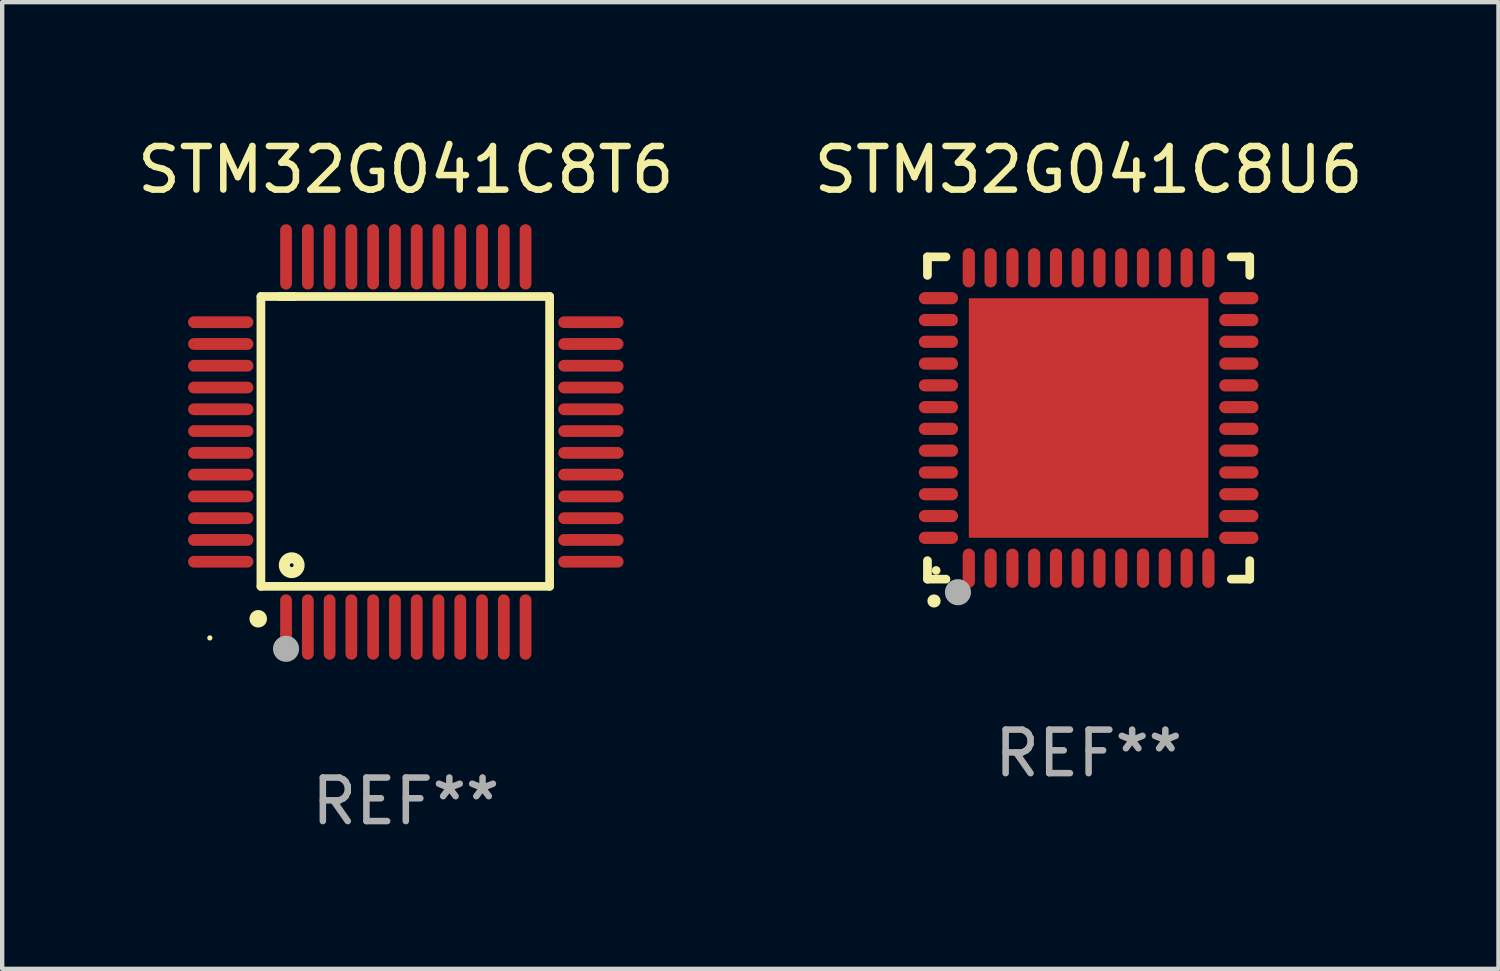
<source format=kicad_pcb>
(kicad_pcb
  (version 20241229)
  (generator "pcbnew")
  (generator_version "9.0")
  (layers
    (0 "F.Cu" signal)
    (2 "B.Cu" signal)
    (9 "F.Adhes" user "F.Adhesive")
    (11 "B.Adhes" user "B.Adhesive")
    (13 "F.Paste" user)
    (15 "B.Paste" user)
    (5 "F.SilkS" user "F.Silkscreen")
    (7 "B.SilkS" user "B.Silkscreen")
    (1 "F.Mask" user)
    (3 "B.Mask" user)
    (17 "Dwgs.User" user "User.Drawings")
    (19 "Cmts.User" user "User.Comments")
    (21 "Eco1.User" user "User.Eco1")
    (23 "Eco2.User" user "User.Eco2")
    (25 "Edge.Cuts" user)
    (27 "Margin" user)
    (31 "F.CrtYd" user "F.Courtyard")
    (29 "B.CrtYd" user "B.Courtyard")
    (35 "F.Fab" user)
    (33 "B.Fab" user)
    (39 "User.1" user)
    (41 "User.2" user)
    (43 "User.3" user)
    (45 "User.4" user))
  (footprint "STM32G041C8U6"
    (layer "F.Cu")
    (at 21.946 6.548)
    (property "Reference" "STM32G041C8U6" (at 0 -5.7 0) (layer "F.SilkS") (effects (font (size 1 1) (thickness 0.15))))
    (attr through_hole)
    (fp_line (start -3.7 -3.7) (end -3.275 -3.7) (stroke (width 0.2) (type solid)) (layer "F.SilkS"))
    (fp_line (start -3.7 -3.275) (end -3.7 -3.7) (stroke (width 0.2) (type solid)) (layer "F.SilkS"))
    (fp_line (start -3.7 3.7) (end -3.7 3.275) (stroke (width 0.2) (type solid)) (layer "F.SilkS"))
    (fp_line (start -3.275 3.7) (end -3.7 3.7) (stroke (width 0.2) (type solid)) (layer "F.SilkS"))
    (fp_line (start 3.7 -3.7) (end 3.275 -3.7) (stroke (width 0.2) (type solid)) (layer "F.SilkS"))
    (fp_line (start 3.7 -3.275) (end 3.7 -3.7) (stroke (width 0.2) (type solid)) (layer "F.SilkS"))
    (fp_line (start 3.7 3.275) (end 3.7 3.7) (stroke (width 0.2) (type solid)) (layer "F.SilkS"))
    (fp_line (start 3.7 3.7) (end 3.275 3.7) (stroke (width 0.2) (type solid)) (layer "F.SilkS"))
    (fp_arc (start -3.550927 4.201168) (mid -3.549657 4.201163) (end -3.548387 4.201168) (stroke (width 0.3) (type solid)) (layer "F.SilkS"))
    (fp_circle (center -3.5 3.5) (end -3.45 3.5) (stroke (width 0.1) (type solid)) (fill no) (layer "F.SilkS"))
    (fp_circle (center -3 4) (end -2.85 4) (stroke (width 0.3) (type solid)) (fill no) (layer "F.Fab"))
    (fp_text user "REF**" (at 0 7.7 0) (layer "F.Fab") (effects (font (size 1 1) (thickness 0.15))))
    (pad "1" smd oval (at -2.751 3.449) (size 0.28 0.9) (layers "F.Cu" "F.Mask" "F.Paste"))
    (pad "2" smd oval (at -2.25 3.449) (size 0.28 0.9) (layers "F.Cu" "F.Mask" "F.Paste"))
    (pad "3" smd oval (at -1.75 3.449) (size 0.28 0.9) (layers "F.Cu" "F.Mask" "F.Paste"))
    (pad "4" smd oval (at -1.25 3.449) (size 0.28 0.9) (layers "F.Cu" "F.Mask" "F.Paste"))
    (pad "5" smd oval (at -0.749 3.449) (size 0.28 0.9) (layers "F.Cu" "F.Mask" "F.Paste"))
    (pad "6" smd oval (at -0.249 3.449) (size 0.28 0.9) (layers "F.Cu" "F.Mask" "F.Paste"))
    (pad "7" smd oval (at 0.249 3.449) (size 0.28 0.9) (layers "F.Cu" "F.Mask" "F.Paste"))
    (pad "8" smd oval (at 0.749 3.449) (size 0.28 0.9) (layers "F.Cu" "F.Mask" "F.Paste"))
    (pad "9" smd oval (at 1.25 3.449) (size 0.28 0.9) (layers "F.Cu" "F.Mask" "F.Paste"))
    (pad "10" smd oval (at 1.75 3.449) (size 0.28 0.9) (layers "F.Cu" "F.Mask" "F.Paste"))
    (pad "11" smd oval (at 2.251 3.449) (size 0.28 0.9) (layers "F.Cu" "F.Mask" "F.Paste"))
    (pad "12" smd oval (at 2.751 3.449) (size 0.28 0.9) (layers "F.Cu" "F.Mask" "F.Paste"))
    (pad "13" smd oval (at 3.449 2.751) (size 0.9 0.28) (layers "F.Cu" "F.Mask" "F.Paste"))
    (pad "14" smd oval (at 3.449 2.251) (size 0.9 0.28) (layers "F.Cu" "F.Mask" "F.Paste"))
    (pad "15" smd oval (at 3.449 1.75) (size 0.9 0.28) (layers "F.Cu" "F.Mask" "F.Paste"))
    (pad "16" smd oval (at 3.449 1.25) (size 0.9 0.28) (layers "F.Cu" "F.Mask" "F.Paste"))
    (pad "17" smd oval (at 3.449 0.749) (size 0.9 0.28) (layers "F.Cu" "F.Mask" "F.Paste"))
    (pad "18" smd oval (at 3.449 0.249) (size 0.9 0.28) (layers "F.Cu" "F.Mask" "F.Paste"))
    (pad "19" smd oval (at 3.449 -0.249) (size 0.9 0.28) (layers "F.Cu" "F.Mask" "F.Paste"))
    (pad "20" smd oval (at 3.449 -0.749) (size 0.9 0.28) (layers "F.Cu" "F.Mask" "F.Paste"))
    (pad "21" smd oval (at 3.449 -1.25) (size 0.9 0.28) (layers "F.Cu" "F.Mask" "F.Paste"))
    (pad "22" smd oval (at 3.449 -1.75) (size 0.9 0.28) (layers "F.Cu" "F.Mask" "F.Paste"))
    (pad "23" smd oval (at 3.449 -2.25) (size 0.9 0.28) (layers "F.Cu" "F.Mask" "F.Paste"))
    (pad "24" smd oval (at 3.449 -2.751) (size 0.9 0.28) (layers "F.Cu" "F.Mask" "F.Paste"))
    (pad "25" smd oval (at 2.751 -3.449) (size 0.28 0.9) (layers "F.Cu" "F.Mask" "F.Paste"))
    (pad "26" smd oval (at 2.251 -3.449) (size 0.28 0.9) (layers "F.Cu" "F.Mask" "F.Paste"))
    (pad "27" smd oval (at 1.75 -3.449) (size 0.28 0.9) (layers "F.Cu" "F.Mask" "F.Paste"))
    (pad "28" smd oval (at 1.25 -3.449) (size 0.28 0.9) (layers "F.Cu" "F.Mask" "F.Paste"))
    (pad "29" smd oval (at 0.749 -3.449) (size 0.28 0.9) (layers "F.Cu" "F.Mask" "F.Paste"))
    (pad "30" smd oval (at 0.249 -3.449) (size 0.28 0.9) (layers "F.Cu" "F.Mask" "F.Paste"))
    (pad "31" smd oval (at -0.249 -3.449) (size 0.28 0.9) (layers "F.Cu" "F.Mask" "F.Paste"))
    (pad "32" smd oval (at -0.749 -3.449) (size 0.28 0.9) (layers "F.Cu" "F.Mask" "F.Paste"))
    (pad "33" smd oval (at -1.25 -3.449) (size 0.28 0.9) (layers "F.Cu" "F.Mask" "F.Paste"))
    (pad "34" smd oval (at -1.75 -3.449) (size 0.28 0.9) (layers "F.Cu" "F.Mask" "F.Paste"))
    (pad "35" smd oval (at -2.25 -3.449) (size 0.28 0.9) (layers "F.Cu" "F.Mask" "F.Paste"))
    (pad "36" smd oval (at -2.751 -3.449) (size 0.28 0.9) (layers "F.Cu" "F.Mask" "F.Paste"))
    (pad "37" smd oval (at -3.449 -2.751) (size 0.9 0.28) (layers "F.Cu" "F.Mask" "F.Paste"))
    (pad "38" smd oval (at -3.449 -2.25) (size 0.9 0.28) (layers "F.Cu" "F.Mask" "F.Paste"))
    (pad "39" smd oval (at -3.449 -1.75) (size 0.9 0.28) (layers "F.Cu" "F.Mask" "F.Paste"))
    (pad "40" smd oval (at -3.449 -1.25) (size 0.9 0.28) (layers "F.Cu" "F.Mask" "F.Paste"))
    (pad "41" smd oval (at -3.449 -0.749) (size 0.9 0.28) (layers "F.Cu" "F.Mask" "F.Paste"))
    (pad "42" smd oval (at -3.449 -0.249) (size 0.9 0.28) (layers "F.Cu" "F.Mask" "F.Paste"))
    (pad "43" smd oval (at -3.449 0.249) (size 0.9 0.28) (layers "F.Cu" "F.Mask" "F.Paste"))
    (pad "44" smd oval (at -3.449 0.749) (size 0.9 0.28) (layers "F.Cu" "F.Mask" "F.Paste"))
    (pad "45" smd oval (at -3.449 1.25) (size 0.9 0.28) (layers "F.Cu" "F.Mask" "F.Paste"))
    (pad "46" smd oval (at -3.449 1.75) (size 0.9 0.28) (layers "F.Cu" "F.Mask" "F.Paste"))
    (pad "47" smd oval (at -3.449 2.251) (size 0.9 0.28) (layers "F.Cu" "F.Mask" "F.Paste"))
    (pad "48" smd oval (at -3.449 2.751) (size 0.9 0.28) (layers "F.Cu" "F.Mask" "F.Paste"))
    (pad "49" smd rect (at 0.000076 0.000076) (size 5.5 5.5) (layers "F.Cu" "F.Mask" "F.Paste")))
  (footprint "STM32G041C8T6"
    (layer "F.Cu")
    (at 6.268 7.098)
    (property "Reference" "STM32G041C8T6" (at 0 -6.25 0) (layer "F.SilkS") (effects (font (size 1 1) (thickness 0.15))))
    (attr through_hole)
    (fp_line (start -3.327 -3.34) (end -2.565 -3.34) (stroke (width 0.2) (type solid)) (layer "F.SilkS"))
    (fp_line (start -3.327 3.315) (end -3.327 -3.34) (stroke (width 0.2) (type solid)) (layer "F.SilkS"))
    (fp_line (start -2.896 -3.34) (end 3.302 -3.34) (stroke (width 0.2) (type solid)) (layer "F.SilkS"))
    (fp_line (start 3.302 -3.34) (end 3.302 3.315) (stroke (width 0.2) (type solid)) (layer "F.SilkS"))
    (fp_line (start 3.302 3.315) (end -3.327 3.315) (stroke (width 0.2) (type solid)) (layer "F.SilkS"))
    (fp_arc (start -3.389992 4.059995) (mid -3.388722 4.059991) (end -3.387452 4.059995) (stroke (width 0.4) (type solid)) (layer "F.SilkS"))
    (fp_circle (center -4.5 4.5) (end -4.47 4.5) (stroke (width 0.06) (type solid)) (fill no) (layer "F.SilkS"))
    (fp_circle (center -2.62 2.83) (end -2.45 2.83) (stroke (width 0.254) (type solid)) (fill no) (layer "F.SilkS"))
    (fp_circle (center -2.75 4.75) (end -2.6 4.75) (stroke (width 0.3) (type solid)) (fill no) (layer "F.Fab"))
    (fp_text user "REF**" (at 0 8.25 0) (layer "F.Fab") (effects (font (size 1 1) (thickness 0.15))))
    (pad "1" smd oval (at -2.75 4.25) (size 0.27 1.5) (layers "F.Cu" "F.Mask" "F.Paste"))
    (pad "2" smd oval (at -2.25 4.25) (size 0.27 1.5) (layers "F.Cu" "F.Mask" "F.Paste"))
    (pad "3" smd oval (at -1.75 4.25) (size 0.27 1.5) (layers "F.Cu" "F.Mask" "F.Paste"))
    (pad "4" smd oval (at -1.25 4.25) (size 0.27 1.5) (layers "F.Cu" "F.Mask" "F.Paste"))
    (pad "5" smd oval (at -0.75 4.25) (size 0.27 1.5) (layers "F.Cu" "F.Mask" "F.Paste"))
    (pad "6" smd oval (at -0.25 4.25) (size 0.27 1.5) (layers "F.Cu" "F.Mask" "F.Paste"))
    (pad "7" smd oval (at 0.25 4.25) (size 0.27 1.5) (layers "F.Cu" "F.Mask" "F.Paste"))
    (pad "8" smd oval (at 0.75 4.25) (size 0.27 1.5) (layers "F.Cu" "F.Mask" "F.Paste"))
    (pad "9" smd oval (at 1.25 4.25) (size 0.27 1.5) (layers "F.Cu" "F.Mask" "F.Paste"))
    (pad "10" smd oval (at 1.75 4.25) (size 0.27 1.5) (layers "F.Cu" "F.Mask" "F.Paste"))
    (pad "11" smd oval (at 2.25 4.25) (size 0.27 1.5) (layers "F.Cu" "F.Mask" "F.Paste"))
    (pad "12" smd oval (at 2.75 4.25) (size 0.27 1.5) (layers "F.Cu" "F.Mask" "F.Paste"))
    (pad "13" smd oval (at 4.25 2.75) (size 1.5 0.27) (layers "F.Cu" "F.Mask" "F.Paste"))
    (pad "14" smd oval (at 4.25 2.25) (size 1.5 0.27) (layers "F.Cu" "F.Mask" "F.Paste"))
    (pad "15" smd oval (at 4.25 1.75) (size 1.5 0.27) (layers "F.Cu" "F.Mask" "F.Paste"))
    (pad "16" smd oval (at 4.25 1.25) (size 1.5 0.27) (layers "F.Cu" "F.Mask" "F.Paste"))
    (pad "17" smd oval (at 4.25 0.75) (size 1.5 0.27) (layers "F.Cu" "F.Mask" "F.Paste"))
    (pad "18" smd oval (at 4.25 0.25) (size 1.5 0.27) (layers "F.Cu" "F.Mask" "F.Paste"))
    (pad "19" smd oval (at 4.25 -0.25) (size 1.5 0.27) (layers "F.Cu" "F.Mask" "F.Paste"))
    (pad "20" smd oval (at 4.25 -0.75) (size 1.5 0.27) (layers "F.Cu" "F.Mask" "F.Paste"))
    (pad "21" smd oval (at 4.25 -1.25) (size 1.5 0.27) (layers "F.Cu" "F.Mask" "F.Paste"))
    (pad "22" smd oval (at 4.25 -1.75) (size 1.5 0.27) (layers "F.Cu" "F.Mask" "F.Paste"))
    (pad "23" smd oval (at 4.25 -2.25) (size 1.5 0.27) (layers "F.Cu" "F.Mask" "F.Paste"))
    (pad "24" smd oval (at 4.25 -2.75) (size 1.5 0.27) (layers "F.Cu" "F.Mask" "F.Paste"))
    (pad "25" smd oval (at 2.75 -4.25) (size 0.27 1.5) (layers "F.Cu" "F.Mask" "F.Paste"))
    (pad "26" smd oval (at 2.25 -4.25) (size 0.27 1.5) (layers "F.Cu" "F.Mask" "F.Paste"))
    (pad "27" smd oval (at 1.75 -4.25) (size 0.27 1.5) (layers "F.Cu" "F.Mask" "F.Paste"))
    (pad "28" smd oval (at 1.25 -4.25) (size 0.27 1.5) (layers "F.Cu" "F.Mask" "F.Paste"))
    (pad "29" smd oval (at 0.75 -4.25) (size 0.27 1.5) (layers "F.Cu" "F.Mask" "F.Paste"))
    (pad "30" smd oval (at 0.25 -4.25) (size 0.27 1.5) (layers "F.Cu" "F.Mask" "F.Paste"))
    (pad "31" smd oval (at -0.25 -4.25) (size 0.27 1.5) (layers "F.Cu" "F.Mask" "F.Paste"))
    (pad "32" smd oval (at -0.75 -4.25) (size 0.27 1.5) (layers "F.Cu" "F.Mask" "F.Paste"))
    (pad "33" smd oval (at -1.25 -4.25) (size 0.27 1.5) (layers "F.Cu" "F.Mask" "F.Paste"))
    (pad "34" smd oval (at -1.75 -4.25) (size 0.27 1.5) (layers "F.Cu" "F.Mask" "F.Paste"))
    (pad "35" smd oval (at -2.25 -4.25) (size 0.27 1.5) (layers "F.Cu" "F.Mask" "F.Paste"))
    (pad "36" smd oval (at -2.75 -4.25) (size 0.27 1.5) (layers "F.Cu" "F.Mask" "F.Paste"))
    (pad "37" smd oval (at -4.25 -2.75) (size 1.5 0.27) (layers "F.Cu" "F.Mask" "F.Paste"))
    (pad "38" smd oval (at -4.25 -2.25) (size 1.5 0.27) (layers "F.Cu" "F.Mask" "F.Paste"))
    (pad "39" smd oval (at -4.25 -1.75) (size 1.5 0.27) (layers "F.Cu" "F.Mask" "F.Paste"))
    (pad "40" smd oval (at -4.25 -1.25) (size 1.5 0.27) (layers "F.Cu" "F.Mask" "F.Paste"))
    (pad "41" smd oval (at -4.25 -0.75) (size 1.5 0.27) (layers "F.Cu" "F.Mask" "F.Paste"))
    (pad "42" smd oval (at -4.25 -0.25) (size 1.5 0.27) (layers "F.Cu" "F.Mask" "F.Paste"))
    (pad "43" smd oval (at -4.25 0.25) (size 1.5 0.27) (layers "F.Cu" "F.Mask" "F.Paste"))
    (pad "44" smd oval (at -4.25 0.75) (size 1.5 0.27) (layers "F.Cu" "F.Mask" "F.Paste"))
    (pad "45" smd oval (at -4.25 1.25) (size 1.5 0.27) (layers "F.Cu" "F.Mask" "F.Paste"))
    (pad "46" smd oval (at -4.25 1.75) (size 1.5 0.27) (layers "F.Cu" "F.Mask" "F.Paste"))
    (pad "47" smd oval (at -4.25 2.25) (size 1.5 0.27) (layers "F.Cu" "F.Mask" "F.Paste"))
    (pad "48" smd oval (at -4.25 2.75) (size 1.5 0.27) (layers "F.Cu" "F.Mask" "F.Paste")))
  (gr_rect
    (start -3 -3)
    (end 31.357 19.196)
    (stroke (width 0.1) (type default))
    (fill no)
    (layer "Edge.Cuts")))
</source>
